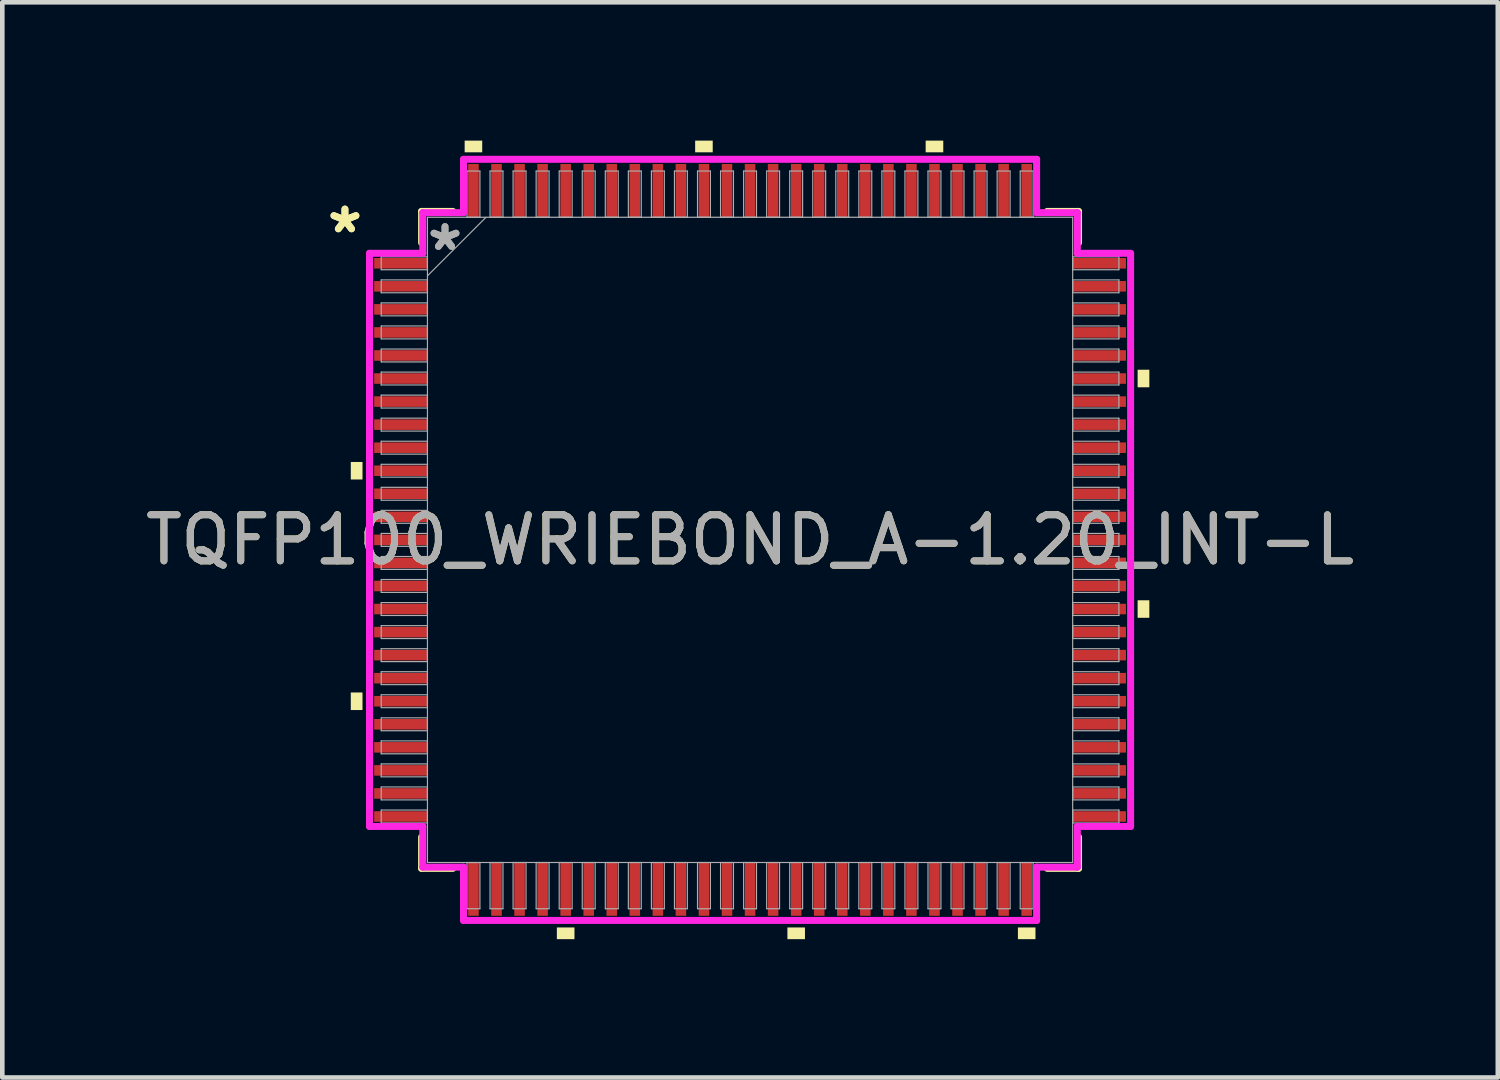
<source format=kicad_pcb>
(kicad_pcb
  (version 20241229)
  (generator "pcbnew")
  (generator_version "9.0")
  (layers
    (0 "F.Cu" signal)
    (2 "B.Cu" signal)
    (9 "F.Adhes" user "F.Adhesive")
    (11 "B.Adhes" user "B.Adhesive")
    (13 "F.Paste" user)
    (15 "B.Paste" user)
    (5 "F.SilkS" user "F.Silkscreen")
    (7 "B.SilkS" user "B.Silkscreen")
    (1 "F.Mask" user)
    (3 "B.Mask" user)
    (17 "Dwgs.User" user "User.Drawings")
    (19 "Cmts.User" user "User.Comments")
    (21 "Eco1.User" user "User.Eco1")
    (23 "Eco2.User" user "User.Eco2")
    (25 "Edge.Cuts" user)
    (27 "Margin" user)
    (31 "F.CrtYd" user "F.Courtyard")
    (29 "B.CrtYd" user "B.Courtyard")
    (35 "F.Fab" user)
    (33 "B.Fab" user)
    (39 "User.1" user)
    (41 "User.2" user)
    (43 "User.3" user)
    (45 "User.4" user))
  (footprint "TQFP100_WRIEBOND_A-1.20_INT-L"
    (layer "F.Cu")
    (at 13.22 8.661)
    (property "Reference" "TQFP100_WRIEBOND_A-1.20_INT-L" (at 0 0 0) (unlocked yes) (layer "F.SilkS") (effects (font (size 1 1) (thickness 0.15))))
    (attr smd)
    (fp_line (start -7.125 -7.125) (end -7.125 -6.447) (stroke (width 0.152) (type solid)) (layer "F.SilkS"))
    (fp_line (start -7.125 6.447) (end -7.125 7.125) (stroke (width 0.152) (type solid)) (layer "F.SilkS"))
    (fp_line (start -7.125 7.125) (end -6.447 7.125) (stroke (width 0.152) (type solid)) (layer "F.SilkS"))
    (fp_line (start -6.447 -7.125) (end -7.125 -7.125) (stroke (width 0.152) (type solid)) (layer "F.SilkS"))
    (fp_line (start 6.447 7.125) (end 7.125 7.125) (stroke (width 0.152) (type solid)) (layer "F.SilkS"))
    (fp_line (start 7.125 -7.125) (end 6.447 -7.125) (stroke (width 0.152) (type solid)) (layer "F.SilkS"))
    (fp_line (start 7.125 -6.447) (end 7.125 -7.125) (stroke (width 0.152) (type solid)) (layer "F.SilkS"))
    (fp_line (start 7.125 7.125) (end 7.125 6.447) (stroke (width 0.152) (type solid)) (layer "F.SilkS"))
    (fp_poly (pts (xy -8.661 -1.69) (xy -8.661 -1.31) (xy -8.407 -1.31) (xy -8.407 -1.69)) (stroke (width 0) (type solid)) (fill yes) (layer "F.SilkS"))
    (fp_poly (pts (xy -8.661 3.31) (xy -8.661 3.691) (xy -8.407 3.691) (xy -8.407 3.31)) (stroke (width 0) (type solid)) (fill yes) (layer "F.SilkS"))
    (fp_poly (pts (xy -6.191 -8.407) (xy -6.191 -8.661) (xy -5.81 -8.661) (xy -5.81 -8.407)) (stroke (width 0) (type solid)) (fill yes) (layer "F.SilkS"))
    (fp_poly (pts (xy -4.191 8.407) (xy -4.191 8.661) (xy -3.809 8.661) (xy -3.809 8.407)) (stroke (width 0) (type solid)) (fill yes) (layer "F.SilkS"))
    (fp_poly (pts (xy -1.191 -8.407) (xy -1.191 -8.661) (xy -0.81 -8.661) (xy -0.81 -8.407)) (stroke (width 0) (type solid)) (fill yes) (layer "F.SilkS"))
    (fp_poly (pts (xy 0.81 8.407) (xy 0.81 8.661) (xy 1.191 8.661) (xy 1.191 8.407)) (stroke (width 0) (type solid)) (fill yes) (layer "F.SilkS"))
    (fp_poly (pts (xy 3.809 -8.407) (xy 3.809 -8.661) (xy 4.191 -8.661) (xy 4.191 -8.407)) (stroke (width 0) (type solid)) (fill yes) (layer "F.SilkS"))
    (fp_poly (pts (xy 5.81 8.407) (xy 5.81 8.661) (xy 6.191 8.661) (xy 6.191 8.407)) (stroke (width 0) (type solid)) (fill yes) (layer "F.SilkS"))
    (fp_poly (pts (xy 8.661 -3.691) (xy 8.661 -3.31) (xy 8.407 -3.31) (xy 8.407 -3.691)) (stroke (width 0) (type solid)) (fill yes) (layer "F.SilkS"))
    (fp_poly (pts (xy 8.661 1.31) (xy 8.661 1.69) (xy 8.407 1.69) (xy 8.407 1.31)) (stroke (width 0) (type solid)) (fill yes) (layer "F.SilkS"))
    (fp_line (start -8.255 -6.216) (end -7.099 -6.216) (stroke (width 0.152) (type solid)) (layer "F.CrtYd"))
    (fp_line (start -8.255 6.216) (end -8.255 -6.216) (stroke (width 0.152) (type solid)) (layer "F.CrtYd"))
    (fp_line (start -7.099 -7.099) (end -6.216 -7.099) (stroke (width 0.152) (type solid)) (layer "F.CrtYd"))
    (fp_line (start -7.099 -6.216) (end -7.099 -7.099) (stroke (width 0.152) (type solid)) (layer "F.CrtYd"))
    (fp_line (start -7.099 6.216) (end -8.255 6.216) (stroke (width 0.152) (type solid)) (layer "F.CrtYd"))
    (fp_line (start -7.099 7.099) (end -7.099 6.216) (stroke (width 0.152) (type solid)) (layer "F.CrtYd"))
    (fp_line (start -7.099 7.099) (end -6.216 7.099) (stroke (width 0.152) (type solid)) (layer "F.CrtYd"))
    (fp_line (start -6.216 -8.255) (end 6.216 -8.255) (stroke (width 0.152) (type solid)) (layer "F.CrtYd"))
    (fp_line (start -6.216 -7.099) (end -6.216 -8.255) (stroke (width 0.152) (type solid)) (layer "F.CrtYd"))
    (fp_line (start -6.216 7.099) (end -6.216 8.255) (stroke (width 0.152) (type solid)) (layer "F.CrtYd"))
    (fp_line (start -6.216 8.255) (end 6.216 8.255) (stroke (width 0.152) (type solid)) (layer "F.CrtYd"))
    (fp_line (start 6.216 -8.255) (end 6.216 -7.099) (stroke (width 0.152) (type solid)) (layer "F.CrtYd"))
    (fp_line (start 6.216 -7.099) (end 7.099 -7.099) (stroke (width 0.152) (type solid)) (layer "F.CrtYd"))
    (fp_line (start 6.216 7.099) (end 7.099 7.099) (stroke (width 0.152) (type solid)) (layer "F.CrtYd"))
    (fp_line (start 6.216 8.255) (end 6.216 7.099) (stroke (width 0.152) (type solid)) (layer "F.CrtYd"))
    (fp_line (start 7.099 -6.216) (end 7.099 -7.099) (stroke (width 0.152) (type solid)) (layer "F.CrtYd"))
    (fp_line (start 7.099 6.216) (end 8.255 6.216) (stroke (width 0.152) (type solid)) (layer "F.CrtYd"))
    (fp_line (start 7.099 7.099) (end 7.099 6.216) (stroke (width 0.152) (type solid)) (layer "F.CrtYd"))
    (fp_line (start 8.255 -6.216) (end 7.099 -6.216) (stroke (width 0.152) (type solid)) (layer "F.CrtYd"))
    (fp_line (start 8.255 6.216) (end 8.255 -6.216) (stroke (width 0.152) (type solid)) (layer "F.CrtYd"))
    (fp_line (start -8.001 -6.14) (end -8.001 -5.86) (stroke (width 0.025) (type solid)) (layer "F.Fab"))
    (fp_line (start -8.001 -5.86) (end -6.998 -5.86) (stroke (width 0.025) (type solid)) (layer "F.Fab"))
    (fp_line (start -8.001 -5.64) (end -8.001 -5.36) (stroke (width 0.025) (type solid)) (layer "F.Fab"))
    (fp_line (start -8.001 -5.36) (end -6.998 -5.36) (stroke (width 0.025) (type solid)) (layer "F.Fab"))
    (fp_line (start -8.001 -5.14) (end -8.001 -4.86) (stroke (width 0.025) (type solid)) (layer "F.Fab"))
    (fp_line (start -8.001 -4.86) (end -6.998 -4.86) (stroke (width 0.025) (type solid)) (layer "F.Fab"))
    (fp_line (start -8.001 -4.64) (end -8.001 -4.36) (stroke (width 0.025) (type solid)) (layer "F.Fab"))
    (fp_line (start -8.001 -4.36) (end -6.998 -4.36) (stroke (width 0.025) (type solid)) (layer "F.Fab"))
    (fp_line (start -8.001 -4.14) (end -8.001 -3.86) (stroke (width 0.025) (type solid)) (layer "F.Fab"))
    (fp_line (start -8.001 -3.86) (end -6.998 -3.86) (stroke (width 0.025) (type solid)) (layer "F.Fab"))
    (fp_line (start -8.001 -3.64) (end -8.001 -3.36) (stroke (width 0.025) (type solid)) (layer "F.Fab"))
    (fp_line (start -8.001 -3.36) (end -6.998 -3.36) (stroke (width 0.025) (type solid)) (layer "F.Fab"))
    (fp_line (start -8.001 -3.14) (end -8.001 -2.86) (stroke (width 0.025) (type solid)) (layer "F.Fab"))
    (fp_line (start -8.001 -2.86) (end -6.998 -2.86) (stroke (width 0.025) (type solid)) (layer "F.Fab"))
    (fp_line (start -8.001 -2.64) (end -8.001 -2.36) (stroke (width 0.025) (type solid)) (layer "F.Fab"))
    (fp_line (start -8.001 -2.36) (end -6.998 -2.36) (stroke (width 0.025) (type solid)) (layer "F.Fab"))
    (fp_line (start -8.001 -2.14) (end -8.001 -1.86) (stroke (width 0.025) (type solid)) (layer "F.Fab"))
    (fp_line (start -8.001 -1.86) (end -6.998 -1.86) (stroke (width 0.025) (type solid)) (layer "F.Fab"))
    (fp_line (start -8.001 -1.64) (end -8.001 -1.36) (stroke (width 0.025) (type solid)) (layer "F.Fab"))
    (fp_line (start -8.001 -1.36) (end -6.998 -1.36) (stroke (width 0.025) (type solid)) (layer "F.Fab"))
    (fp_line (start -8.001 -1.14) (end -8.001 -0.86) (stroke (width 0.025) (type solid)) (layer "F.Fab"))
    (fp_line (start -8.001 -0.86) (end -6.998 -0.86) (stroke (width 0.025) (type solid)) (layer "F.Fab"))
    (fp_line (start -8.001 -0.64) (end -8.001 -0.36) (stroke (width 0.025) (type solid)) (layer "F.Fab"))
    (fp_line (start -8.001 -0.36) (end -6.998 -0.36) (stroke (width 0.025) (type solid)) (layer "F.Fab"))
    (fp_line (start -8.001 -0.14) (end -8.001 0.14) (stroke (width 0.025) (type solid)) (layer "F.Fab"))
    (fp_line (start -8.001 0.14) (end -6.998 0.14) (stroke (width 0.025) (type solid)) (layer "F.Fab"))
    (fp_line (start -8.001 0.36) (end -8.001 0.64) (stroke (width 0.025) (type solid)) (layer "F.Fab"))
    (fp_line (start -8.001 0.64) (end -6.998 0.64) (stroke (width 0.025) (type solid)) (layer "F.Fab"))
    (fp_line (start -8.001 0.86) (end -8.001 1.14) (stroke (width 0.025) (type solid)) (layer "F.Fab"))
    (fp_line (start -8.001 1.14) (end -6.998 1.14) (stroke (width 0.025) (type solid)) (layer "F.Fab"))
    (fp_line (start -8.001 1.36) (end -8.001 1.64) (stroke (width 0.025) (type solid)) (layer "F.Fab"))
    (fp_line (start -8.001 1.64) (end -6.998 1.64) (stroke (width 0.025) (type solid)) (layer "F.Fab"))
    (fp_line (start -8.001 1.86) (end -8.001 2.14) (stroke (width 0.025) (type solid)) (layer "F.Fab"))
    (fp_line (start -8.001 2.14) (end -6.998 2.14) (stroke (width 0.025) (type solid)) (layer "F.Fab"))
    (fp_line (start -8.001 2.36) (end -8.001 2.64) (stroke (width 0.025) (type solid)) (layer "F.Fab"))
    (fp_line (start -8.001 2.64) (end -6.998 2.64) (stroke (width 0.025) (type solid)) (layer "F.Fab"))
    (fp_line (start -8.001 2.86) (end -8.001 3.14) (stroke (width 0.025) (type solid)) (layer "F.Fab"))
    (fp_line (start -8.001 3.14) (end -6.998 3.14) (stroke (width 0.025) (type solid)) (layer "F.Fab"))
    (fp_line (start -8.001 3.36) (end -8.001 3.64) (stroke (width 0.025) (type solid)) (layer "F.Fab"))
    (fp_line (start -8.001 3.64) (end -6.998 3.64) (stroke (width 0.025) (type solid)) (layer "F.Fab"))
    (fp_line (start -8.001 3.86) (end -8.001 4.14) (stroke (width 0.025) (type solid)) (layer "F.Fab"))
    (fp_line (start -8.001 4.14) (end -6.998 4.14) (stroke (width 0.025) (type solid)) (layer "F.Fab"))
    (fp_line (start -8.001 4.36) (end -8.001 4.64) (stroke (width 0.025) (type solid)) (layer "F.Fab"))
    (fp_line (start -8.001 4.64) (end -6.998 4.64) (stroke (width 0.025) (type solid)) (layer "F.Fab"))
    (fp_line (start -8.001 4.86) (end -8.001 5.14) (stroke (width 0.025) (type solid)) (layer "F.Fab"))
    (fp_line (start -8.001 5.14) (end -6.998 5.14) (stroke (width 0.025) (type solid)) (layer "F.Fab"))
    (fp_line (start -8.001 5.36) (end -8.001 5.64) (stroke (width 0.025) (type solid)) (layer "F.Fab"))
    (fp_line (start -8.001 5.64) (end -6.998 5.64) (stroke (width 0.025) (type solid)) (layer "F.Fab"))
    (fp_line (start -8.001 5.86) (end -8.001 6.14) (stroke (width 0.025) (type solid)) (layer "F.Fab"))
    (fp_line (start -8.001 6.14) (end -6.998 6.14) (stroke (width 0.025) (type solid)) (layer "F.Fab"))
    (fp_line (start -6.998 -6.998) (end -6.998 6.998) (stroke (width 0.025) (type solid)) (layer "F.Fab"))
    (fp_line (start -6.998 -6.14) (end -8.001 -6.14) (stroke (width 0.025) (type solid)) (layer "F.Fab"))
    (fp_line (start -6.998 -5.86) (end -6.998 -6.14) (stroke (width 0.025) (type solid)) (layer "F.Fab"))
    (fp_line (start -6.998 -5.728) (end -5.728 -6.998) (stroke (width 0.025) (type solid)) (layer "F.Fab"))
    (fp_line (start -6.998 -5.64) (end -8.001 -5.64) (stroke (width 0.025) (type solid)) (layer "F.Fab"))
    (fp_line (start -6.998 -5.36) (end -6.998 -5.64) (stroke (width 0.025) (type solid)) (layer "F.Fab"))
    (fp_line (start -6.998 -5.14) (end -8.001 -5.14) (stroke (width 0.025) (type solid)) (layer "F.Fab"))
    (fp_line (start -6.998 -4.86) (end -6.998 -5.14) (stroke (width 0.025) (type solid)) (layer "F.Fab"))
    (fp_line (start -6.998 -4.64) (end -8.001 -4.64) (stroke (width 0.025) (type solid)) (layer "F.Fab"))
    (fp_line (start -6.998 -4.36) (end -6.998 -4.64) (stroke (width 0.025) (type solid)) (layer "F.Fab"))
    (fp_line (start -6.998 -4.14) (end -8.001 -4.14) (stroke (width 0.025) (type solid)) (layer "F.Fab"))
    (fp_line (start -6.998 -3.86) (end -6.998 -4.14) (stroke (width 0.025) (type solid)) (layer "F.Fab"))
    (fp_line (start -6.998 -3.64) (end -8.001 -3.64) (stroke (width 0.025) (type solid)) (layer "F.Fab"))
    (fp_line (start -6.998 -3.36) (end -6.998 -3.64) (stroke (width 0.025) (type solid)) (layer "F.Fab"))
    (fp_line (start -6.998 -3.14) (end -8.001 -3.14) (stroke (width 0.025) (type solid)) (layer "F.Fab"))
    (fp_line (start -6.998 -2.86) (end -6.998 -3.14) (stroke (width 0.025) (type solid)) (layer "F.Fab"))
    (fp_line (start -6.998 -2.64) (end -8.001 -2.64) (stroke (width 0.025) (type solid)) (layer "F.Fab"))
    (fp_line (start -6.998 -2.36) (end -6.998 -2.64) (stroke (width 0.025) (type solid)) (layer "F.Fab"))
    (fp_line (start -6.998 -2.14) (end -8.001 -2.14) (stroke (width 0.025) (type solid)) (layer "F.Fab"))
    (fp_line (start -6.998 -1.86) (end -6.998 -2.14) (stroke (width 0.025) (type solid)) (layer "F.Fab"))
    (fp_line (start -6.998 -1.64) (end -8.001 -1.64) (stroke (width 0.025) (type solid)) (layer "F.Fab"))
    (fp_line (start -6.998 -1.36) (end -6.998 -1.64) (stroke (width 0.025) (type solid)) (layer "F.Fab"))
    (fp_line (start -6.998 -1.14) (end -8.001 -1.14) (stroke (width 0.025) (type solid)) (layer "F.Fab"))
    (fp_line (start -6.998 -0.86) (end -6.998 -1.14) (stroke (width 0.025) (type solid)) (layer "F.Fab"))
    (fp_line (start -6.998 -0.64) (end -8.001 -0.64) (stroke (width 0.025) (type solid)) (layer "F.Fab"))
    (fp_line (start -6.998 -0.36) (end -6.998 -0.64) (stroke (width 0.025) (type solid)) (layer "F.Fab"))
    (fp_line (start -6.998 -0.14) (end -8.001 -0.14) (stroke (width 0.025) (type solid)) (layer "F.Fab"))
    (fp_line (start -6.998 0.14) (end -6.998 -0.14) (stroke (width 0.025) (type solid)) (layer "F.Fab"))
    (fp_line (start -6.998 0.36) (end -8.001 0.36) (stroke (width 0.025) (type solid)) (layer "F.Fab"))
    (fp_line (start -6.998 0.64) (end -6.998 0.36) (stroke (width 0.025) (type solid)) (layer "F.Fab"))
    (fp_line (start -6.998 0.86) (end -8.001 0.86) (stroke (width 0.025) (type solid)) (layer "F.Fab"))
    (fp_line (start -6.998 1.14) (end -6.998 0.86) (stroke (width 0.025) (type solid)) (layer "F.Fab"))
    (fp_line (start -6.998 1.36) (end -8.001 1.36) (stroke (width 0.025) (type solid)) (layer "F.Fab"))
    (fp_line (start -6.998 1.64) (end -6.998 1.36) (stroke (width 0.025) (type solid)) (layer "F.Fab"))
    (fp_line (start -6.998 1.86) (end -8.001 1.86) (stroke (width 0.025) (type solid)) (layer "F.Fab"))
    (fp_line (start -6.998 2.14) (end -6.998 1.86) (stroke (width 0.025) (type solid)) (layer "F.Fab"))
    (fp_line (start -6.998 2.36) (end -8.001 2.36) (stroke (width 0.025) (type solid)) (layer "F.Fab"))
    (fp_line (start -6.998 2.64) (end -6.998 2.36) (stroke (width 0.025) (type solid)) (layer "F.Fab"))
    (fp_line (start -6.998 2.86) (end -8.001 2.86) (stroke (width 0.025) (type solid)) (layer "F.Fab"))
    (fp_line (start -6.998 3.14) (end -6.998 2.86) (stroke (width 0.025) (type solid)) (layer "F.Fab"))
    (fp_line (start -6.998 3.36) (end -8.001 3.36) (stroke (width 0.025) (type solid)) (layer "F.Fab"))
    (fp_line (start -6.998 3.64) (end -6.998 3.36) (stroke (width 0.025) (type solid)) (layer "F.Fab"))
    (fp_line (start -6.998 3.86) (end -8.001 3.86) (stroke (width 0.025) (type solid)) (layer "F.Fab"))
    (fp_line (start -6.998 4.14) (end -6.998 3.86) (stroke (width 0.025) (type solid)) (layer "F.Fab"))
    (fp_line (start -6.998 4.36) (end -8.001 4.36) (stroke (width 0.025) (type solid)) (layer "F.Fab"))
    (fp_line (start -6.998 4.64) (end -6.998 4.36) (stroke (width 0.025) (type solid)) (layer "F.Fab"))
    (fp_line (start -6.998 4.86) (end -8.001 4.86) (stroke (width 0.025) (type solid)) (layer "F.Fab"))
    (fp_line (start -6.998 5.14) (end -6.998 4.86) (stroke (width 0.025) (type solid)) (layer "F.Fab"))
    (fp_line (start -6.998 5.36) (end -8.001 5.36) (stroke (width 0.025) (type solid)) (layer "F.Fab"))
    (fp_line (start -6.998 5.64) (end -6.998 5.36) (stroke (width 0.025) (type solid)) (layer "F.Fab"))
    (fp_line (start -6.998 5.86) (end -8.001 5.86) (stroke (width 0.025) (type solid)) (layer "F.Fab"))
    (fp_line (start -6.998 6.14) (end -6.998 5.86) (stroke (width 0.025) (type solid)) (layer "F.Fab"))
    (fp_line (start -6.998 6.998) (end 6.998 6.998) (stroke (width 0.025) (type solid)) (layer "F.Fab"))
    (fp_line (start -6.14 -8.001) (end -6.14 -6.998) (stroke (width 0.025) (type solid)) (layer "F.Fab"))
    (fp_line (start -6.14 -6.998) (end -5.86 -6.998) (stroke (width 0.025) (type solid)) (layer "F.Fab"))
    (fp_line (start -6.14 6.998) (end -6.14 8.001) (stroke (width 0.025) (type solid)) (layer "F.Fab"))
    (fp_line (start -6.14 8.001) (end -5.86 8.001) (stroke (width 0.025) (type solid)) (layer "F.Fab"))
    (fp_line (start -5.86 -8.001) (end -6.14 -8.001) (stroke (width 0.025) (type solid)) (layer "F.Fab"))
    (fp_line (start -5.86 -6.998) (end -5.86 -8.001) (stroke (width 0.025) (type solid)) (layer "F.Fab"))
    (fp_line (start -5.86 6.998) (end -6.14 6.998) (stroke (width 0.025) (type solid)) (layer "F.Fab"))
    (fp_line (start -5.86 8.001) (end -5.86 6.998) (stroke (width 0.025) (type solid)) (layer "F.Fab"))
    (fp_line (start -5.64 -8.001) (end -5.64 -6.998) (stroke (width 0.025) (type solid)) (layer "F.Fab"))
    (fp_line (start -5.64 -6.998) (end -5.36 -6.998) (stroke (width 0.025) (type solid)) (layer "F.Fab"))
    (fp_line (start -5.64 6.998) (end -5.64 8.001) (stroke (width 0.025) (type solid)) (layer "F.Fab"))
    (fp_line (start -5.64 8.001) (end -5.36 8.001) (stroke (width 0.025) (type solid)) (layer "F.Fab"))
    (fp_line (start -5.36 -8.001) (end -5.64 -8.001) (stroke (width 0.025) (type solid)) (layer "F.Fab"))
    (fp_line (start -5.36 -6.998) (end -5.36 -8.001) (stroke (width 0.025) (type solid)) (layer "F.Fab"))
    (fp_line (start -5.36 6.998) (end -5.64 6.998) (stroke (width 0.025) (type solid)) (layer "F.Fab"))
    (fp_line (start -5.36 8.001) (end -5.36 6.998) (stroke (width 0.025) (type solid)) (layer "F.Fab"))
    (fp_line (start -5.14 -8.001) (end -5.14 -6.998) (stroke (width 0.025) (type solid)) (layer "F.Fab"))
    (fp_line (start -5.14 -6.998) (end -4.86 -6.998) (stroke (width 0.025) (type solid)) (layer "F.Fab"))
    (fp_line (start -5.14 6.998) (end -5.14 8.001) (stroke (width 0.025) (type solid)) (layer "F.Fab"))
    (fp_line (start -5.14 8.001) (end -4.86 8.001) (stroke (width 0.025) (type solid)) (layer "F.Fab"))
    (fp_line (start -4.86 -8.001) (end -5.14 -8.001) (stroke (width 0.025) (type solid)) (layer "F.Fab"))
    (fp_line (start -4.86 -6.998) (end -4.86 -8.001) (stroke (width 0.025) (type solid)) (layer "F.Fab"))
    (fp_line (start -4.86 6.998) (end -5.14 6.998) (stroke (width 0.025) (type solid)) (layer "F.Fab"))
    (fp_line (start -4.86 8.001) (end -4.86 6.998) (stroke (width 0.025) (type solid)) (layer "F.Fab"))
    (fp_line (start -4.64 -8.001) (end -4.64 -6.998) (stroke (width 0.025) (type solid)) (layer "F.Fab"))
    (fp_line (start -4.64 -6.998) (end -4.36 -6.998) (stroke (width 0.025) (type solid)) (layer "F.Fab"))
    (fp_line (start -4.64 6.998) (end -4.64 8.001) (stroke (width 0.025) (type solid)) (layer "F.Fab"))
    (fp_line (start -4.64 8.001) (end -4.36 8.001) (stroke (width 0.025) (type solid)) (layer "F.Fab"))
    (fp_line (start -4.36 -8.001) (end -4.64 -8.001) (stroke (width 0.025) (type solid)) (layer "F.Fab"))
    (fp_line (start -4.36 -6.998) (end -4.36 -8.001) (stroke (width 0.025) (type solid)) (layer "F.Fab"))
    (fp_line (start -4.36 6.998) (end -4.64 6.998) (stroke (width 0.025) (type solid)) (layer "F.Fab"))
    (fp_line (start -4.36 8.001) (end -4.36 6.998) (stroke (width 0.025) (type solid)) (layer "F.Fab"))
    (fp_line (start -4.14 -8.001) (end -4.14 -6.998) (stroke (width 0.025) (type solid)) (layer "F.Fab"))
    (fp_line (start -4.14 -6.998) (end -3.86 -6.998) (stroke (width 0.025) (type solid)) (layer "F.Fab"))
    (fp_line (start -4.14 6.998) (end -4.14 8.001) (stroke (width 0.025) (type solid)) (layer "F.Fab"))
    (fp_line (start -4.14 8.001) (end -3.86 8.001) (stroke (width 0.025) (type solid)) (layer "F.Fab"))
    (fp_line (start -3.86 -8.001) (end -4.14 -8.001) (stroke (width 0.025) (type solid)) (layer "F.Fab"))
    (fp_line (start -3.86 -6.998) (end -3.86 -8.001) (stroke (width 0.025) (type solid)) (layer "F.Fab"))
    (fp_line (start -3.86 6.998) (end -4.14 6.998) (stroke (width 0.025) (type solid)) (layer "F.Fab"))
    (fp_line (start -3.86 8.001) (end -3.86 6.998) (stroke (width 0.025) (type solid)) (layer "F.Fab"))
    (fp_line (start -3.64 -8.001) (end -3.64 -6.998) (stroke (width 0.025) (type solid)) (layer "F.Fab"))
    (fp_line (start -3.64 -6.998) (end -3.36 -6.998) (stroke (width 0.025) (type solid)) (layer "F.Fab"))
    (fp_line (start -3.64 6.998) (end -3.64 8.001) (stroke (width 0.025) (type solid)) (layer "F.Fab"))
    (fp_line (start -3.64 8.001) (end -3.36 8.001) (stroke (width 0.025) (type solid)) (layer "F.Fab"))
    (fp_line (start -3.36 -8.001) (end -3.64 -8.001) (stroke (width 0.025) (type solid)) (layer "F.Fab"))
    (fp_line (start -3.36 -6.998) (end -3.36 -8.001) (stroke (width 0.025) (type solid)) (layer "F.Fab"))
    (fp_line (start -3.36 6.998) (end -3.64 6.998) (stroke (width 0.025) (type solid)) (layer "F.Fab"))
    (fp_line (start -3.36 8.001) (end -3.36 6.998) (stroke (width 0.025) (type solid)) (layer "F.Fab"))
    (fp_line (start -3.14 -8.001) (end -3.14 -6.998) (stroke (width 0.025) (type solid)) (layer "F.Fab"))
    (fp_line (start -3.14 -6.998) (end -2.86 -6.998) (stroke (width 0.025) (type solid)) (layer "F.Fab"))
    (fp_line (start -3.14 6.998) (end -3.14 8.001) (stroke (width 0.025) (type solid)) (layer "F.Fab"))
    (fp_line (start -3.14 8.001) (end -2.86 8.001) (stroke (width 0.025) (type solid)) (layer "F.Fab"))
    (fp_line (start -2.86 -8.001) (end -3.14 -8.001) (stroke (width 0.025) (type solid)) (layer "F.Fab"))
    (fp_line (start -2.86 -6.998) (end -2.86 -8.001) (stroke (width 0.025) (type solid)) (layer "F.Fab"))
    (fp_line (start -2.86 6.998) (end -3.14 6.998) (stroke (width 0.025) (type solid)) (layer "F.Fab"))
    (fp_line (start -2.86 8.001) (end -2.86 6.998) (stroke (width 0.025) (type solid)) (layer "F.Fab"))
    (fp_line (start -2.64 -8.001) (end -2.64 -6.998) (stroke (width 0.025) (type solid)) (layer "F.Fab"))
    (fp_line (start -2.64 -6.998) (end -2.36 -6.998) (stroke (width 0.025) (type solid)) (layer "F.Fab"))
    (fp_line (start -2.64 6.998) (end -2.64 8.001) (stroke (width 0.025) (type solid)) (layer "F.Fab"))
    (fp_line (start -2.64 8.001) (end -2.36 8.001) (stroke (width 0.025) (type solid)) (layer "F.Fab"))
    (fp_line (start -2.36 -8.001) (end -2.64 -8.001) (stroke (width 0.025) (type solid)) (layer "F.Fab"))
    (fp_line (start -2.36 -6.998) (end -2.36 -8.001) (stroke (width 0.025) (type solid)) (layer "F.Fab"))
    (fp_line (start -2.36 6.998) (end -2.64 6.998) (stroke (width 0.025) (type solid)) (layer "F.Fab"))
    (fp_line (start -2.36 8.001) (end -2.36 6.998) (stroke (width 0.025) (type solid)) (layer "F.Fab"))
    (fp_line (start -2.14 -8.001) (end -2.14 -6.998) (stroke (width 0.025) (type solid)) (layer "F.Fab"))
    (fp_line (start -2.14 -6.998) (end -1.86 -6.998) (stroke (width 0.025) (type solid)) (layer "F.Fab"))
    (fp_line (start -2.14 6.998) (end -2.14 8.001) (stroke (width 0.025) (type solid)) (layer "F.Fab"))
    (fp_line (start -2.14 8.001) (end -1.86 8.001) (stroke (width 0.025) (type solid)) (layer "F.Fab"))
    (fp_line (start -1.86 -8.001) (end -2.14 -8.001) (stroke (width 0.025) (type solid)) (layer "F.Fab"))
    (fp_line (start -1.86 -6.998) (end -1.86 -8.001) (stroke (width 0.025) (type solid)) (layer "F.Fab"))
    (fp_line (start -1.86 6.998) (end -2.14 6.998) (stroke (width 0.025) (type solid)) (layer "F.Fab"))
    (fp_line (start -1.86 8.001) (end -1.86 6.998) (stroke (width 0.025) (type solid)) (layer "F.Fab"))
    (fp_line (start -1.64 -8.001) (end -1.64 -6.998) (stroke (width 0.025) (type solid)) (layer "F.Fab"))
    (fp_line (start -1.64 -6.998) (end -1.36 -6.998) (stroke (width 0.025) (type solid)) (layer "F.Fab"))
    (fp_line (start -1.64 6.998) (end -1.64 8.001) (stroke (width 0.025) (type solid)) (layer "F.Fab"))
    (fp_line (start -1.64 8.001) (end -1.36 8.001) (stroke (width 0.025) (type solid)) (layer "F.Fab"))
    (fp_line (start -1.36 -8.001) (end -1.64 -8.001) (stroke (width 0.025) (type solid)) (layer "F.Fab"))
    (fp_line (start -1.36 -6.998) (end -1.36 -8.001) (stroke (width 0.025) (type solid)) (layer "F.Fab"))
    (fp_line (start -1.36 6.998) (end -1.64 6.998) (stroke (width 0.025) (type solid)) (layer "F.Fab"))
    (fp_line (start -1.36 8.001) (end -1.36 6.998) (stroke (width 0.025) (type solid)) (layer "F.Fab"))
    (fp_line (start -1.14 -8.001) (end -1.14 -6.998) (stroke (width 0.025) (type solid)) (layer "F.Fab"))
    (fp_line (start -1.14 -6.998) (end -0.86 -6.998) (stroke (width 0.025) (type solid)) (layer "F.Fab"))
    (fp_line (start -1.14 6.998) (end -1.14 8.001) (stroke (width 0.025) (type solid)) (layer "F.Fab"))
    (fp_line (start -1.14 8.001) (end -0.86 8.001) (stroke (width 0.025) (type solid)) (layer "F.Fab"))
    (fp_line (start -0.86 -8.001) (end -1.14 -8.001) (stroke (width 0.025) (type solid)) (layer "F.Fab"))
    (fp_line (start -0.86 -6.998) (end -0.86 -8.001) (stroke (width 0.025) (type solid)) (layer "F.Fab"))
    (fp_line (start -0.86 6.998) (end -1.14 6.998) (stroke (width 0.025) (type solid)) (layer "F.Fab"))
    (fp_line (start -0.86 8.001) (end -0.86 6.998) (stroke (width 0.025) (type solid)) (layer "F.Fab"))
    (fp_line (start -0.64 -8.001) (end -0.64 -6.998) (stroke (width 0.025) (type solid)) (layer "F.Fab"))
    (fp_line (start -0.64 -6.998) (end -0.36 -6.998) (stroke (width 0.025) (type solid)) (layer "F.Fab"))
    (fp_line (start -0.64 6.998) (end -0.64 8.001) (stroke (width 0.025) (type solid)) (layer "F.Fab"))
    (fp_line (start -0.64 8.001) (end -0.36 8.001) (stroke (width 0.025) (type solid)) (layer "F.Fab"))
    (fp_line (start -0.36 -8.001) (end -0.64 -8.001) (stroke (width 0.025) (type solid)) (layer "F.Fab"))
    (fp_line (start -0.36 -6.998) (end -0.36 -8.001) (stroke (width 0.025) (type solid)) (layer "F.Fab"))
    (fp_line (start -0.36 6.998) (end -0.64 6.998) (stroke (width 0.025) (type solid)) (layer "F.Fab"))
    (fp_line (start -0.36 8.001) (end -0.36 6.998) (stroke (width 0.025) (type solid)) (layer "F.Fab"))
    (fp_line (start -0.14 -8.001) (end -0.14 -6.998) (stroke (width 0.025) (type solid)) (layer "F.Fab"))
    (fp_line (start -0.14 -6.998) (end 0.14 -6.998) (stroke (width 0.025) (type solid)) (layer "F.Fab"))
    (fp_line (start -0.14 6.998) (end -0.14 8.001) (stroke (width 0.025) (type solid)) (layer "F.Fab"))
    (fp_line (start -0.14 8.001) (end 0.14 8.001) (stroke (width 0.025) (type solid)) (layer "F.Fab"))
    (fp_line (start 0.14 -8.001) (end -0.14 -8.001) (stroke (width 0.025) (type solid)) (layer "F.Fab"))
    (fp_line (start 0.14 -6.998) (end 0.14 -8.001) (stroke (width 0.025) (type solid)) (layer "F.Fab"))
    (fp_line (start 0.14 6.998) (end -0.14 6.998) (stroke (width 0.025) (type solid)) (layer "F.Fab"))
    (fp_line (start 0.14 8.001) (end 0.14 6.998) (stroke (width 0.025) (type solid)) (layer "F.Fab"))
    (fp_line (start 0.36 -8.001) (end 0.36 -6.998) (stroke (width 0.025) (type solid)) (layer "F.Fab"))
    (fp_line (start 0.36 -6.998) (end 0.64 -6.998) (stroke (width 0.025) (type solid)) (layer "F.Fab"))
    (fp_line (start 0.36 6.998) (end 0.36 8.001) (stroke (width 0.025) (type solid)) (layer "F.Fab"))
    (fp_line (start 0.36 8.001) (end 0.64 8.001) (stroke (width 0.025) (type solid)) (layer "F.Fab"))
    (fp_line (start 0.64 -8.001) (end 0.36 -8.001) (stroke (width 0.025) (type solid)) (layer "F.Fab"))
    (fp_line (start 0.64 -6.998) (end 0.64 -8.001) (stroke (width 0.025) (type solid)) (layer "F.Fab"))
    (fp_line (start 0.64 6.998) (end 0.36 6.998) (stroke (width 0.025) (type solid)) (layer "F.Fab"))
    (fp_line (start 0.64 8.001) (end 0.64 6.998) (stroke (width 0.025) (type solid)) (layer "F.Fab"))
    (fp_line (start 0.86 -8.001) (end 0.86 -6.998) (stroke (width 0.025) (type solid)) (layer "F.Fab"))
    (fp_line (start 0.86 -6.998) (end 1.14 -6.998) (stroke (width 0.025) (type solid)) (layer "F.Fab"))
    (fp_line (start 0.86 6.998) (end 0.86 8.001) (stroke (width 0.025) (type solid)) (layer "F.Fab"))
    (fp_line (start 0.86 8.001) (end 1.14 8.001) (stroke (width 0.025) (type solid)) (layer "F.Fab"))
    (fp_line (start 1.14 -8.001) (end 0.86 -8.001) (stroke (width 0.025) (type solid)) (layer "F.Fab"))
    (fp_line (start 1.14 -6.998) (end 1.14 -8.001) (stroke (width 0.025) (type solid)) (layer "F.Fab"))
    (fp_line (start 1.14 6.998) (end 0.86 6.998) (stroke (width 0.025) (type solid)) (layer "F.Fab"))
    (fp_line (start 1.14 8.001) (end 1.14 6.998) (stroke (width 0.025) (type solid)) (layer "F.Fab"))
    (fp_line (start 1.36 -8.001) (end 1.36 -6.998) (stroke (width 0.025) (type solid)) (layer "F.Fab"))
    (fp_line (start 1.36 -6.998) (end 1.64 -6.998) (stroke (width 0.025) (type solid)) (layer "F.Fab"))
    (fp_line (start 1.36 6.998) (end 1.36 8.001) (stroke (width 0.025) (type solid)) (layer "F.Fab"))
    (fp_line (start 1.36 8.001) (end 1.64 8.001) (stroke (width 0.025) (type solid)) (layer "F.Fab"))
    (fp_line (start 1.64 -8.001) (end 1.36 -8.001) (stroke (width 0.025) (type solid)) (layer "F.Fab"))
    (fp_line (start 1.64 -6.998) (end 1.64 -8.001) (stroke (width 0.025) (type solid)) (layer "F.Fab"))
    (fp_line (start 1.64 6.998) (end 1.36 6.998) (stroke (width 0.025) (type solid)) (layer "F.Fab"))
    (fp_line (start 1.64 8.001) (end 1.64 6.998) (stroke (width 0.025) (type solid)) (layer "F.Fab"))
    (fp_line (start 1.86 -8.001) (end 1.86 -6.998) (stroke (width 0.025) (type solid)) (layer "F.Fab"))
    (fp_line (start 1.86 -6.998) (end 2.14 -6.998) (stroke (width 0.025) (type solid)) (layer "F.Fab"))
    (fp_line (start 1.86 6.998) (end 1.86 8.001) (stroke (width 0.025) (type solid)) (layer "F.Fab"))
    (fp_line (start 1.86 8.001) (end 2.14 8.001) (stroke (width 0.025) (type solid)) (layer "F.Fab"))
    (fp_line (start 2.14 -8.001) (end 1.86 -8.001) (stroke (width 0.025) (type solid)) (layer "F.Fab"))
    (fp_line (start 2.14 -6.998) (end 2.14 -8.001) (stroke (width 0.025) (type solid)) (layer "F.Fab"))
    (fp_line (start 2.14 6.998) (end 1.86 6.998) (stroke (width 0.025) (type solid)) (layer "F.Fab"))
    (fp_line (start 2.14 8.001) (end 2.14 6.998) (stroke (width 0.025) (type solid)) (layer "F.Fab"))
    (fp_line (start 2.36 -8.001) (end 2.36 -6.998) (stroke (width 0.025) (type solid)) (layer "F.Fab"))
    (fp_line (start 2.36 -6.998) (end 2.64 -6.998) (stroke (width 0.025) (type solid)) (layer "F.Fab"))
    (fp_line (start 2.36 6.998) (end 2.36 8.001) (stroke (width 0.025) (type solid)) (layer "F.Fab"))
    (fp_line (start 2.36 8.001) (end 2.64 8.001) (stroke (width 0.025) (type solid)) (layer "F.Fab"))
    (fp_line (start 2.64 -8.001) (end 2.36 -8.001) (stroke (width 0.025) (type solid)) (layer "F.Fab"))
    (fp_line (start 2.64 -6.998) (end 2.64 -8.001) (stroke (width 0.025) (type solid)) (layer "F.Fab"))
    (fp_line (start 2.64 6.998) (end 2.36 6.998) (stroke (width 0.025) (type solid)) (layer "F.Fab"))
    (fp_line (start 2.64 8.001) (end 2.64 6.998) (stroke (width 0.025) (type solid)) (layer "F.Fab"))
    (fp_line (start 2.86 -8.001) (end 2.86 -6.998) (stroke (width 0.025) (type solid)) (layer "F.Fab"))
    (fp_line (start 2.86 -6.998) (end 3.14 -6.998) (stroke (width 0.025) (type solid)) (layer "F.Fab"))
    (fp_line (start 2.86 6.998) (end 2.86 8.001) (stroke (width 0.025) (type solid)) (layer "F.Fab"))
    (fp_line (start 2.86 8.001) (end 3.14 8.001) (stroke (width 0.025) (type solid)) (layer "F.Fab"))
    (fp_line (start 3.14 -8.001) (end 2.86 -8.001) (stroke (width 0.025) (type solid)) (layer "F.Fab"))
    (fp_line (start 3.14 -6.998) (end 3.14 -8.001) (stroke (width 0.025) (type solid)) (layer "F.Fab"))
    (fp_line (start 3.14 6.998) (end 2.86 6.998) (stroke (width 0.025) (type solid)) (layer "F.Fab"))
    (fp_line (start 3.14 8.001) (end 3.14 6.998) (stroke (width 0.025) (type solid)) (layer "F.Fab"))
    (fp_line (start 3.36 -8.001) (end 3.36 -6.998) (stroke (width 0.025) (type solid)) (layer "F.Fab"))
    (fp_line (start 3.36 -6.998) (end 3.64 -6.998) (stroke (width 0.025) (type solid)) (layer "F.Fab"))
    (fp_line (start 3.36 6.998) (end 3.36 8.001) (stroke (width 0.025) (type solid)) (layer "F.Fab"))
    (fp_line (start 3.36 8.001) (end 3.64 8.001) (stroke (width 0.025) (type solid)) (layer "F.Fab"))
    (fp_line (start 3.64 -8.001) (end 3.36 -8.001) (stroke (width 0.025) (type solid)) (layer "F.Fab"))
    (fp_line (start 3.64 -6.998) (end 3.64 -8.001) (stroke (width 0.025) (type solid)) (layer "F.Fab"))
    (fp_line (start 3.64 6.998) (end 3.36 6.998) (stroke (width 0.025) (type solid)) (layer "F.Fab"))
    (fp_line (start 3.64 8.001) (end 3.64 6.998) (stroke (width 0.025) (type solid)) (layer "F.Fab"))
    (fp_line (start 3.86 -8.001) (end 3.86 -6.998) (stroke (width 0.025) (type solid)) (layer "F.Fab"))
    (fp_line (start 3.86 -6.998) (end 4.14 -6.998) (stroke (width 0.025) (type solid)) (layer "F.Fab"))
    (fp_line (start 3.86 6.998) (end 3.86 8.001) (stroke (width 0.025) (type solid)) (layer "F.Fab"))
    (fp_line (start 3.86 8.001) (end 4.14 8.001) (stroke (width 0.025) (type solid)) (layer "F.Fab"))
    (fp_line (start 4.14 -8.001) (end 3.86 -8.001) (stroke (width 0.025) (type solid)) (layer "F.Fab"))
    (fp_line (start 4.14 -6.998) (end 4.14 -8.001) (stroke (width 0.025) (type solid)) (layer "F.Fab"))
    (fp_line (start 4.14 6.998) (end 3.86 6.998) (stroke (width 0.025) (type solid)) (layer "F.Fab"))
    (fp_line (start 4.14 8.001) (end 4.14 6.998) (stroke (width 0.025) (type solid)) (layer "F.Fab"))
    (fp_line (start 4.36 -8.001) (end 4.36 -6.998) (stroke (width 0.025) (type solid)) (layer "F.Fab"))
    (fp_line (start 4.36 -6.998) (end 4.64 -6.998) (stroke (width 0.025) (type solid)) (layer "F.Fab"))
    (fp_line (start 4.36 6.998) (end 4.36 8.001) (stroke (width 0.025) (type solid)) (layer "F.Fab"))
    (fp_line (start 4.36 8.001) (end 4.64 8.001) (stroke (width 0.025) (type solid)) (layer "F.Fab"))
    (fp_line (start 4.64 -8.001) (end 4.36 -8.001) (stroke (width 0.025) (type solid)) (layer "F.Fab"))
    (fp_line (start 4.64 -6.998) (end 4.64 -8.001) (stroke (width 0.025) (type solid)) (layer "F.Fab"))
    (fp_line (start 4.64 6.998) (end 4.36 6.998) (stroke (width 0.025) (type solid)) (layer "F.Fab"))
    (fp_line (start 4.64 8.001) (end 4.64 6.998) (stroke (width 0.025) (type solid)) (layer "F.Fab"))
    (fp_line (start 4.86 -8.001) (end 4.86 -6.998) (stroke (width 0.025) (type solid)) (layer "F.Fab"))
    (fp_line (start 4.86 -6.998) (end 5.14 -6.998) (stroke (width 0.025) (type solid)) (layer "F.Fab"))
    (fp_line (start 4.86 6.998) (end 4.86 8.001) (stroke (width 0.025) (type solid)) (layer "F.Fab"))
    (fp_line (start 4.86 8.001) (end 5.14 8.001) (stroke (width 0.025) (type solid)) (layer "F.Fab"))
    (fp_line (start 5.14 -8.001) (end 4.86 -8.001) (stroke (width 0.025) (type solid)) (layer "F.Fab"))
    (fp_line (start 5.14 -6.998) (end 5.14 -8.001) (stroke (width 0.025) (type solid)) (layer "F.Fab"))
    (fp_line (start 5.14 6.998) (end 4.86 6.998) (stroke (width 0.025) (type solid)) (layer "F.Fab"))
    (fp_line (start 5.14 8.001) (end 5.14 6.998) (stroke (width 0.025) (type solid)) (layer "F.Fab"))
    (fp_line (start 5.36 -8.001) (end 5.36 -6.998) (stroke (width 0.025) (type solid)) (layer "F.Fab"))
    (fp_line (start 5.36 -6.998) (end 5.64 -6.998) (stroke (width 0.025) (type solid)) (layer "F.Fab"))
    (fp_line (start 5.36 6.998) (end 5.36 8.001) (stroke (width 0.025) (type solid)) (layer "F.Fab"))
    (fp_line (start 5.36 8.001) (end 5.64 8.001) (stroke (width 0.025) (type solid)) (layer "F.Fab"))
    (fp_line (start 5.64 -8.001) (end 5.36 -8.001) (stroke (width 0.025) (type solid)) (layer "F.Fab"))
    (fp_line (start 5.64 -6.998) (end 5.64 -8.001) (stroke (width 0.025) (type solid)) (layer "F.Fab"))
    (fp_line (start 5.64 6.998) (end 5.36 6.998) (stroke (width 0.025) (type solid)) (layer "F.Fab"))
    (fp_line (start 5.64 8.001) (end 5.64 6.998) (stroke (width 0.025) (type solid)) (layer "F.Fab"))
    (fp_line (start 5.86 -8.001) (end 5.86 -6.998) (stroke (width 0.025) (type solid)) (layer "F.Fab"))
    (fp_line (start 5.86 -6.998) (end 6.14 -6.998) (stroke (width 0.025) (type solid)) (layer "F.Fab"))
    (fp_line (start 5.86 6.998) (end 5.86 8.001) (stroke (width 0.025) (type solid)) (layer "F.Fab"))
    (fp_line (start 5.86 8.001) (end 6.14 8.001) (stroke (width 0.025) (type solid)) (layer "F.Fab"))
    (fp_line (start 6.14 -8.001) (end 5.86 -8.001) (stroke (width 0.025) (type solid)) (layer "F.Fab"))
    (fp_line (start 6.14 -6.998) (end 6.14 -8.001) (stroke (width 0.025) (type solid)) (layer "F.Fab"))
    (fp_line (start 6.14 6.998) (end 5.86 6.998) (stroke (width 0.025) (type solid)) (layer "F.Fab"))
    (fp_line (start 6.14 8.001) (end 6.14 6.998) (stroke (width 0.025) (type solid)) (layer "F.Fab"))
    (fp_line (start 6.998 -6.998) (end -6.998 -6.998) (stroke (width 0.025) (type solid)) (layer "F.Fab"))
    (fp_line (start 6.998 -6.14) (end 6.998 -5.86) (stroke (width 0.025) (type solid)) (layer "F.Fab"))
    (fp_line (start 6.998 -5.86) (end 8.001 -5.86) (stroke (width 0.025) (type solid)) (layer "F.Fab"))
    (fp_line (start 6.998 -5.64) (end 6.998 -5.36) (stroke (width 0.025) (type solid)) (layer "F.Fab"))
    (fp_line (start 6.998 -5.36) (end 8.001 -5.36) (stroke (width 0.025) (type solid)) (layer "F.Fab"))
    (fp_line (start 6.998 -5.14) (end 6.998 -4.86) (stroke (width 0.025) (type solid)) (layer "F.Fab"))
    (fp_line (start 6.998 -4.86) (end 8.001 -4.86) (stroke (width 0.025) (type solid)) (layer "F.Fab"))
    (fp_line (start 6.998 -4.64) (end 6.998 -4.36) (stroke (width 0.025) (type solid)) (layer "F.Fab"))
    (fp_line (start 6.998 -4.36) (end 8.001 -4.36) (stroke (width 0.025) (type solid)) (layer "F.Fab"))
    (fp_line (start 6.998 -4.14) (end 6.998 -3.86) (stroke (width 0.025) (type solid)) (layer "F.Fab"))
    (fp_line (start 6.998 -3.86) (end 8.001 -3.86) (stroke (width 0.025) (type solid)) (layer "F.Fab"))
    (fp_line (start 6.998 -3.64) (end 6.998 -3.36) (stroke (width 0.025) (type solid)) (layer "F.Fab"))
    (fp_line (start 6.998 -3.36) (end 8.001 -3.36) (stroke (width 0.025) (type solid)) (layer "F.Fab"))
    (fp_line (start 6.998 -3.14) (end 6.998 -2.86) (stroke (width 0.025) (type solid)) (layer "F.Fab"))
    (fp_line (start 6.998 -2.86) (end 8.001 -2.86) (stroke (width 0.025) (type solid)) (layer "F.Fab"))
    (fp_line (start 6.998 -2.64) (end 6.998 -2.36) (stroke (width 0.025) (type solid)) (layer "F.Fab"))
    (fp_line (start 6.998 -2.36) (end 8.001 -2.36) (stroke (width 0.025) (type solid)) (layer "F.Fab"))
    (fp_line (start 6.998 -2.14) (end 6.998 -1.86) (stroke (width 0.025) (type solid)) (layer "F.Fab"))
    (fp_line (start 6.998 -1.86) (end 8.001 -1.86) (stroke (width 0.025) (type solid)) (layer "F.Fab"))
    (fp_line (start 6.998 -1.64) (end 6.998 -1.36) (stroke (width 0.025) (type solid)) (layer "F.Fab"))
    (fp_line (start 6.998 -1.36) (end 8.001 -1.36) (stroke (width 0.025) (type solid)) (layer "F.Fab"))
    (fp_line (start 6.998 -1.14) (end 6.998 -0.86) (stroke (width 0.025) (type solid)) (layer "F.Fab"))
    (fp_line (start 6.998 -0.86) (end 8.001 -0.86) (stroke (width 0.025) (type solid)) (layer "F.Fab"))
    (fp_line (start 6.998 -0.64) (end 6.998 -0.36) (stroke (width 0.025) (type solid)) (layer "F.Fab"))
    (fp_line (start 6.998 -0.36) (end 8.001 -0.36) (stroke (width 0.025) (type solid)) (layer "F.Fab"))
    (fp_line (start 6.998 -0.14) (end 6.998 0.14) (stroke (width 0.025) (type solid)) (layer "F.Fab"))
    (fp_line (start 6.998 0.14) (end 8.001 0.14) (stroke (width 0.025) (type solid)) (layer "F.Fab"))
    (fp_line (start 6.998 0.36) (end 6.998 0.64) (stroke (width 0.025) (type solid)) (layer "F.Fab"))
    (fp_line (start 6.998 0.64) (end 8.001 0.64) (stroke (width 0.025) (type solid)) (layer "F.Fab"))
    (fp_line (start 6.998 0.86) (end 6.998 1.14) (stroke (width 0.025) (type solid)) (layer "F.Fab"))
    (fp_line (start 6.998 1.14) (end 8.001 1.14) (stroke (width 0.025) (type solid)) (layer "F.Fab"))
    (fp_line (start 6.998 1.36) (end 6.998 1.64) (stroke (width 0.025) (type solid)) (layer "F.Fab"))
    (fp_line (start 6.998 1.64) (end 8.001 1.64) (stroke (width 0.025) (type solid)) (layer "F.Fab"))
    (fp_line (start 6.998 1.86) (end 6.998 2.14) (stroke (width 0.025) (type solid)) (layer "F.Fab"))
    (fp_line (start 6.998 2.14) (end 8.001 2.14) (stroke (width 0.025) (type solid)) (layer "F.Fab"))
    (fp_line (start 6.998 2.36) (end 6.998 2.64) (stroke (width 0.025) (type solid)) (layer "F.Fab"))
    (fp_line (start 6.998 2.64) (end 8.001 2.64) (stroke (width 0.025) (type solid)) (layer "F.Fab"))
    (fp_line (start 6.998 2.86) (end 6.998 3.14) (stroke (width 0.025) (type solid)) (layer "F.Fab"))
    (fp_line (start 6.998 3.14) (end 8.001 3.14) (stroke (width 0.025) (type solid)) (layer "F.Fab"))
    (fp_line (start 6.998 3.36) (end 6.998 3.64) (stroke (width 0.025) (type solid)) (layer "F.Fab"))
    (fp_line (start 6.998 3.64) (end 8.001 3.64) (stroke (width 0.025) (type solid)) (layer "F.Fab"))
    (fp_line (start 6.998 3.86) (end 6.998 4.14) (stroke (width 0.025) (type solid)) (layer "F.Fab"))
    (fp_line (start 6.998 4.14) (end 8.001 4.14) (stroke (width 0.025) (type solid)) (layer "F.Fab"))
    (fp_line (start 6.998 4.36) (end 6.998 4.64) (stroke (width 0.025) (type solid)) (layer "F.Fab"))
    (fp_line (start 6.998 4.64) (end 8.001 4.64) (stroke (width 0.025) (type solid)) (layer "F.Fab"))
    (fp_line (start 6.998 4.86) (end 6.998 5.14) (stroke (width 0.025) (type solid)) (layer "F.Fab"))
    (fp_line (start 6.998 5.14) (end 8.001 5.14) (stroke (width 0.025) (type solid)) (layer "F.Fab"))
    (fp_line (start 6.998 5.36) (end 6.998 5.64) (stroke (width 0.025) (type solid)) (layer "F.Fab"))
    (fp_line (start 6.998 5.64) (end 8.001 5.64) (stroke (width 0.025) (type solid)) (layer "F.Fab"))
    (fp_line (start 6.998 5.86) (end 6.998 6.14) (stroke (width 0.025) (type solid)) (layer "F.Fab"))
    (fp_line (start 6.998 6.14) (end 8.001 6.14) (stroke (width 0.025) (type solid)) (layer "F.Fab"))
    (fp_line (start 6.998 6.998) (end 6.998 -6.998) (stroke (width 0.025) (type solid)) (layer "F.Fab"))
    (fp_line (start 8.001 -6.14) (end 6.998 -6.14) (stroke (width 0.025) (type solid)) (layer "F.Fab"))
    (fp_line (start 8.001 -5.86) (end 8.001 -6.14) (stroke (width 0.025) (type solid)) (layer "F.Fab"))
    (fp_line (start 8.001 -5.64) (end 6.998 -5.64) (stroke (width 0.025) (type solid)) (layer "F.Fab"))
    (fp_line (start 8.001 -5.36) (end 8.001 -5.64) (stroke (width 0.025) (type solid)) (layer "F.Fab"))
    (fp_line (start 8.001 -5.14) (end 6.998 -5.14) (stroke (width 0.025) (type solid)) (layer "F.Fab"))
    (fp_line (start 8.001 -4.86) (end 8.001 -5.14) (stroke (width 0.025) (type solid)) (layer "F.Fab"))
    (fp_line (start 8.001 -4.64) (end 6.998 -4.64) (stroke (width 0.025) (type solid)) (layer "F.Fab"))
    (fp_line (start 8.001 -4.36) (end 8.001 -4.64) (stroke (width 0.025) (type solid)) (layer "F.Fab"))
    (fp_line (start 8.001 -4.14) (end 6.998 -4.14) (stroke (width 0.025) (type solid)) (layer "F.Fab"))
    (fp_line (start 8.001 -3.86) (end 8.001 -4.14) (stroke (width 0.025) (type solid)) (layer "F.Fab"))
    (fp_line (start 8.001 -3.64) (end 6.998 -3.64) (stroke (width 0.025) (type solid)) (layer "F.Fab"))
    (fp_line (start 8.001 -3.36) (end 8.001 -3.64) (stroke (width 0.025) (type solid)) (layer "F.Fab"))
    (fp_line (start 8.001 -3.14) (end 6.998 -3.14) (stroke (width 0.025) (type solid)) (layer "F.Fab"))
    (fp_line (start 8.001 -2.86) (end 8.001 -3.14) (stroke (width 0.025) (type solid)) (layer "F.Fab"))
    (fp_line (start 8.001 -2.64) (end 6.998 -2.64) (stroke (width 0.025) (type solid)) (layer "F.Fab"))
    (fp_line (start 8.001 -2.36) (end 8.001 -2.64) (stroke (width 0.025) (type solid)) (layer "F.Fab"))
    (fp_line (start 8.001 -2.14) (end 6.998 -2.14) (stroke (width 0.025) (type solid)) (layer "F.Fab"))
    (fp_line (start 8.001 -1.86) (end 8.001 -2.14) (stroke (width 0.025) (type solid)) (layer "F.Fab"))
    (fp_line (start 8.001 -1.64) (end 6.998 -1.64) (stroke (width 0.025) (type solid)) (layer "F.Fab"))
    (fp_line (start 8.001 -1.36) (end 8.001 -1.64) (stroke (width 0.025) (type solid)) (layer "F.Fab"))
    (fp_line (start 8.001 -1.14) (end 6.998 -1.14) (stroke (width 0.025) (type solid)) (layer "F.Fab"))
    (fp_line (start 8.001 -0.86) (end 8.001 -1.14) (stroke (width 0.025) (type solid)) (layer "F.Fab"))
    (fp_line (start 8.001 -0.64) (end 6.998 -0.64) (stroke (width 0.025) (type solid)) (layer "F.Fab"))
    (fp_line (start 8.001 -0.36) (end 8.001 -0.64) (stroke (width 0.025) (type solid)) (layer "F.Fab"))
    (fp_line (start 8.001 -0.14) (end 6.998 -0.14) (stroke (width 0.025) (type solid)) (layer "F.Fab"))
    (fp_line (start 8.001 0.14) (end 8.001 -0.14) (stroke (width 0.025) (type solid)) (layer "F.Fab"))
    (fp_line (start 8.001 0.36) (end 6.998 0.36) (stroke (width 0.025) (type solid)) (layer "F.Fab"))
    (fp_line (start 8.001 0.64) (end 8.001 0.36) (stroke (width 0.025) (type solid)) (layer "F.Fab"))
    (fp_line (start 8.001 0.86) (end 6.998 0.86) (stroke (width 0.025) (type solid)) (layer "F.Fab"))
    (fp_line (start 8.001 1.14) (end 8.001 0.86) (stroke (width 0.025) (type solid)) (layer "F.Fab"))
    (fp_line (start 8.001 1.36) (end 6.998 1.36) (stroke (width 0.025) (type solid)) (layer "F.Fab"))
    (fp_line (start 8.001 1.64) (end 8.001 1.36) (stroke (width 0.025) (type solid)) (layer "F.Fab"))
    (fp_line (start 8.001 1.86) (end 6.998 1.86) (stroke (width 0.025) (type solid)) (layer "F.Fab"))
    (fp_line (start 8.001 2.14) (end 8.001 1.86) (stroke (width 0.025) (type solid)) (layer "F.Fab"))
    (fp_line (start 8.001 2.36) (end 6.998 2.36) (stroke (width 0.025) (type solid)) (layer "F.Fab"))
    (fp_line (start 8.001 2.64) (end 8.001 2.36) (stroke (width 0.025) (type solid)) (layer "F.Fab"))
    (fp_line (start 8.001 2.86) (end 6.998 2.86) (stroke (width 0.025) (type solid)) (layer "F.Fab"))
    (fp_line (start 8.001 3.14) (end 8.001 2.86) (stroke (width 0.025) (type solid)) (layer "F.Fab"))
    (fp_line (start 8.001 3.36) (end 6.998 3.36) (stroke (width 0.025) (type solid)) (layer "F.Fab"))
    (fp_line (start 8.001 3.64) (end 8.001 3.36) (stroke (width 0.025) (type solid)) (layer "F.Fab"))
    (fp_line (start 8.001 3.86) (end 6.998 3.86) (stroke (width 0.025) (type solid)) (layer "F.Fab"))
    (fp_line (start 8.001 4.14) (end 8.001 3.86) (stroke (width 0.025) (type solid)) (layer "F.Fab"))
    (fp_line (start 8.001 4.36) (end 6.998 4.36) (stroke (width 0.025) (type solid)) (layer "F.Fab"))
    (fp_line (start 8.001 4.64) (end 8.001 4.36) (stroke (width 0.025) (type solid)) (layer "F.Fab"))
    (fp_line (start 8.001 4.86) (end 6.998 4.86) (stroke (width 0.025) (type solid)) (layer "F.Fab"))
    (fp_line (start 8.001 5.14) (end 8.001 4.86) (stroke (width 0.025) (type solid)) (layer "F.Fab"))
    (fp_line (start 8.001 5.36) (end 6.998 5.36) (stroke (width 0.025) (type solid)) (layer "F.Fab"))
    (fp_line (start 8.001 5.64) (end 8.001 5.36) (stroke (width 0.025) (type solid)) (layer "F.Fab"))
    (fp_line (start 8.001 5.86) (end 6.998 5.86) (stroke (width 0.025) (type solid)) (layer "F.Fab"))
    (fp_line (start 8.001 6.14) (end 8.001 5.86) (stroke (width 0.025) (type solid)) (layer "F.Fab"))
    (fp_text user "*" (at -8.788 -6.631 0) (layer "F.SilkS") (effects (font (size 1 1) (thickness 0.15))))
    (fp_text user "*" (at -8.788 -6.631 0) (unlocked yes) (layer "F.SilkS") (effects (font (size 1 1) (thickness 0.15))))
    (fp_text user "*" (at -6.617 -6.25 0) (unlocked yes) (layer "F.Fab") (effects (font (size 1 1) (thickness 0.15))))
    (fp_text user "${REFERENCE}" (at 0 0 0) (unlocked yes) (layer "F.Fab") (effects (font (size 1 1) (thickness 0.15))))
    (fp_text user "*" (at -6.617 -6.25 0) (layer "F.Fab") (effects (font (size 1 1) (thickness 0.15))))
    (pad "1" smd rect (at -7.576 -6 90) (size 0.229 1.156) (layers "F.Cu" "F.Mask" "F.Paste"))
    (pad "2" smd rect (at -7.576 -5.5 90) (size 0.229 1.156) (layers "F.Cu" "F.Mask" "F.Paste"))
    (pad "3" smd rect (at -7.576 -5 90) (size 0.229 1.156) (layers "F.Cu" "F.Mask" "F.Paste"))
    (pad "4" smd rect (at -7.576 -4.5 90) (size 0.229 1.156) (layers "F.Cu" "F.Mask" "F.Paste"))
    (pad "5" smd rect (at -7.576 -4 90) (size 0.229 1.156) (layers "F.Cu" "F.Mask" "F.Paste"))
    (pad "6" smd rect (at -7.576 -3.5 90) (size 0.229 1.156) (layers "F.Cu" "F.Mask" "F.Paste"))
    (pad "7" smd rect (at -7.576 -3 90) (size 0.229 1.156) (layers "F.Cu" "F.Mask" "F.Paste"))
    (pad "8" smd rect (at -7.576 -2.5 90) (size 0.229 1.156) (layers "F.Cu" "F.Mask" "F.Paste"))
    (pad "9" smd rect (at -7.576 -2 90) (size 0.229 1.156) (layers "F.Cu" "F.Mask" "F.Paste"))
    (pad "10" smd rect (at -7.576 -1.5 90) (size 0.229 1.156) (layers "F.Cu" "F.Mask" "F.Paste"))
    (pad "11" smd rect (at -7.576 -1 90) (size 0.229 1.156) (layers "F.Cu" "F.Mask" "F.Paste"))
    (pad "12" smd rect (at -7.576 -0.5 90) (size 0.229 1.156) (layers "F.Cu" "F.Mask" "F.Paste"))
    (pad "13" smd rect (at -7.576 0 90) (size 0.229 1.156) (layers "F.Cu" "F.Mask" "F.Paste"))
    (pad "14" smd rect (at -7.576 0.5 90) (size 0.229 1.156) (layers "F.Cu" "F.Mask" "F.Paste"))
    (pad "15" smd rect (at -7.576 1 90) (size 0.229 1.156) (layers "F.Cu" "F.Mask" "F.Paste"))
    (pad "16" smd rect (at -7.576 1.5 90) (size 0.229 1.156) (layers "F.Cu" "F.Mask" "F.Paste"))
    (pad "17" smd rect (at -7.576 2 90) (size 0.229 1.156) (layers "F.Cu" "F.Mask" "F.Paste"))
    (pad "18" smd rect (at -7.576 2.5 90) (size 0.229 1.156) (layers "F.Cu" "F.Mask" "F.Paste"))
    (pad "19" smd rect (at -7.576 3 90) (size 0.229 1.156) (layers "F.Cu" "F.Mask" "F.Paste"))
    (pad "20" smd rect (at -7.576 3.5 90) (size 0.229 1.156) (layers "F.Cu" "F.Mask" "F.Paste"))
    (pad "21" smd rect (at -7.576 4 90) (size 0.229 1.156) (layers "F.Cu" "F.Mask" "F.Paste"))
    (pad "22" smd rect (at -7.576 4.5 90) (size 0.229 1.156) (layers "F.Cu" "F.Mask" "F.Paste"))
    (pad "23" smd rect (at -7.576 5 90) (size 0.229 1.156) (layers "F.Cu" "F.Mask" "F.Paste"))
    (pad "24" smd rect (at -7.576 5.5 90) (size 0.229 1.156) (layers "F.Cu" "F.Mask" "F.Paste"))
    (pad "25" smd rect (at -7.576 6 90) (size 0.229 1.156) (layers "F.Cu" "F.Mask" "F.Paste"))
    (pad "26" smd rect (at -6 7.576) (size 0.229 1.156) (layers "F.Cu" "F.Mask" "F.Paste"))
    (pad "27" smd rect (at -5.5 7.576) (size 0.229 1.156) (layers "F.Cu" "F.Mask" "F.Paste"))
    (pad "28" smd rect (at -5 7.576) (size 0.229 1.156) (layers "F.Cu" "F.Mask" "F.Paste"))
    (pad "29" smd rect (at -4.5 7.576) (size 0.229 1.156) (layers "F.Cu" "F.Mask" "F.Paste"))
    (pad "30" smd rect (at -4 7.576) (size 0.229 1.156) (layers "F.Cu" "F.Mask" "F.Paste"))
    (pad "31" smd rect (at -3.5 7.576) (size 0.229 1.156) (layers "F.Cu" "F.Mask" "F.Paste"))
    (pad "32" smd rect (at -3 7.576) (size 0.229 1.156) (layers "F.Cu" "F.Mask" "F.Paste"))
    (pad "33" smd rect (at -2.5 7.576) (size 0.229 1.156) (layers "F.Cu" "F.Mask" "F.Paste"))
    (pad "34" smd rect (at -2 7.576) (size 0.229 1.156) (layers "F.Cu" "F.Mask" "F.Paste"))
    (pad "35" smd rect (at -1.5 7.576) (size 0.229 1.156) (layers "F.Cu" "F.Mask" "F.Paste"))
    (pad "36" smd rect (at -1 7.576) (size 0.229 1.156) (layers "F.Cu" "F.Mask" "F.Paste"))
    (pad "37" smd rect (at -0.5 7.576) (size 0.229 1.156) (layers "F.Cu" "F.Mask" "F.Paste"))
    (pad "38" smd rect (at 0 7.576) (size 0.229 1.156) (layers "F.Cu" "F.Mask" "F.Paste"))
    (pad "39" smd rect (at 0.5 7.576) (size 0.229 1.156) (layers "F.Cu" "F.Mask" "F.Paste"))
    (pad "40" smd rect (at 1 7.576) (size 0.229 1.156) (layers "F.Cu" "F.Mask" "F.Paste"))
    (pad "41" smd rect (at 1.5 7.576) (size 0.229 1.156) (layers "F.Cu" "F.Mask" "F.Paste"))
    (pad "42" smd rect (at 2 7.576) (size 0.229 1.156) (layers "F.Cu" "F.Mask" "F.Paste"))
    (pad "43" smd rect (at 2.5 7.576) (size 0.229 1.156) (layers "F.Cu" "F.Mask" "F.Paste"))
    (pad "44" smd rect (at 3 7.576) (size 0.229 1.156) (layers "F.Cu" "F.Mask" "F.Paste"))
    (pad "45" smd rect (at 3.5 7.576) (size 0.229 1.156) (layers "F.Cu" "F.Mask" "F.Paste"))
    (pad "46" smd rect (at 4 7.576) (size 0.229 1.156) (layers "F.Cu" "F.Mask" "F.Paste"))
    (pad "47" smd rect (at 4.5 7.576) (size 0.229 1.156) (layers "F.Cu" "F.Mask" "F.Paste"))
    (pad "48" smd rect (at 5 7.576) (size 0.229 1.156) (layers "F.Cu" "F.Mask" "F.Paste"))
    (pad "49" smd rect (at 5.5 7.576) (size 0.229 1.156) (layers "F.Cu" "F.Mask" "F.Paste"))
    (pad "50" smd rect (at 6 7.576) (size 0.229 1.156) (layers "F.Cu" "F.Mask" "F.Paste"))
    (pad "51" smd rect (at 7.576 6 90) (size 0.229 1.156) (layers "F.Cu" "F.Mask" "F.Paste"))
    (pad "52" smd rect (at 7.576 5.5 90) (size 0.229 1.156) (layers "F.Cu" "F.Mask" "F.Paste"))
    (pad "53" smd rect (at 7.576 5 90) (size 0.229 1.156) (layers "F.Cu" "F.Mask" "F.Paste"))
    (pad "54" smd rect (at 7.576 4.5 90) (size 0.229 1.156) (layers "F.Cu" "F.Mask" "F.Paste"))
    (pad "55" smd rect (at 7.576 4 90) (size 0.229 1.156) (layers "F.Cu" "F.Mask" "F.Paste"))
    (pad "56" smd rect (at 7.576 3.5 90) (size 0.229 1.156) (layers "F.Cu" "F.Mask" "F.Paste"))
    (pad "57" smd rect (at 7.576 3 90) (size 0.229 1.156) (layers "F.Cu" "F.Mask" "F.Paste"))
    (pad "58" smd rect (at 7.576 2.5 90) (size 0.229 1.156) (layers "F.Cu" "F.Mask" "F.Paste"))
    (pad "59" smd rect (at 7.576 2 90) (size 0.229 1.156) (layers "F.Cu" "F.Mask" "F.Paste"))
    (pad "60" smd rect (at 7.576 1.5 90) (size 0.229 1.156) (layers "F.Cu" "F.Mask" "F.Paste"))
    (pad "61" smd rect (at 7.576 1 90) (size 0.229 1.156) (layers "F.Cu" "F.Mask" "F.Paste"))
    (pad "62" smd rect (at 7.576 0.5 90) (size 0.229 1.156) (layers "F.Cu" "F.Mask" "F.Paste"))
    (pad "63" smd rect (at 7.576 0 90) (size 0.229 1.156) (layers "F.Cu" "F.Mask" "F.Paste"))
    (pad "64" smd rect (at 7.576 -0.5 90) (size 0.229 1.156) (layers "F.Cu" "F.Mask" "F.Paste"))
    (pad "65" smd rect (at 7.576 -1 90) (size 0.229 1.156) (layers "F.Cu" "F.Mask" "F.Paste"))
    (pad "66" smd rect (at 7.576 -1.5 90) (size 0.229 1.156) (layers "F.Cu" "F.Mask" "F.Paste"))
    (pad "67" smd rect (at 7.576 -2 90) (size 0.229 1.156) (layers "F.Cu" "F.Mask" "F.Paste"))
    (pad "68" smd rect (at 7.576 -2.5 90) (size 0.229 1.156) (layers "F.Cu" "F.Mask" "F.Paste"))
    (pad "69" smd rect (at 7.576 -3 90) (size 0.229 1.156) (layers "F.Cu" "F.Mask" "F.Paste"))
    (pad "70" smd rect (at 7.576 -3.5 90) (size 0.229 1.156) (layers "F.Cu" "F.Mask" "F.Paste"))
    (pad "71" smd rect (at 7.576 -4 90) (size 0.229 1.156) (layers "F.Cu" "F.Mask" "F.Paste"))
    (pad "72" smd rect (at 7.576 -4.5 90) (size 0.229 1.156) (layers "F.Cu" "F.Mask" "F.Paste"))
    (pad "73" smd rect (at 7.576 -5 90) (size 0.229 1.156) (layers "F.Cu" "F.Mask" "F.Paste"))
    (pad "74" smd rect (at 7.576 -5.5 90) (size 0.229 1.156) (layers "F.Cu" "F.Mask" "F.Paste"))
    (pad "75" smd rect (at 7.576 -6 90) (size 0.229 1.156) (layers "F.Cu" "F.Mask" "F.Paste"))
    (pad "76" smd rect (at 6 -7.576) (size 0.229 1.156) (layers "F.Cu" "F.Mask" "F.Paste"))
    (pad "77" smd rect (at 5.5 -7.576) (size 0.229 1.156) (layers "F.Cu" "F.Mask" "F.Paste"))
    (pad "78" smd rect (at 5 -7.576) (size 0.229 1.156) (layers "F.Cu" "F.Mask" "F.Paste"))
    (pad "79" smd rect (at 4.5 -7.576) (size 0.229 1.156) (layers "F.Cu" "F.Mask" "F.Paste"))
    (pad "80" smd rect (at 4 -7.576) (size 0.229 1.156) (layers "F.Cu" "F.Mask" "F.Paste"))
    (pad "81" smd rect (at 3.5 -7.576) (size 0.229 1.156) (layers "F.Cu" "F.Mask" "F.Paste"))
    (pad "82" smd rect (at 3 -7.576) (size 0.229 1.156) (layers "F.Cu" "F.Mask" "F.Paste"))
    (pad "83" smd rect (at 2.5 -7.576) (size 0.229 1.156) (layers "F.Cu" "F.Mask" "F.Paste"))
    (pad "84" smd rect (at 2 -7.576) (size 0.229 1.156) (layers "F.Cu" "F.Mask" "F.Paste"))
    (pad "85" smd rect (at 1.5 -7.576) (size 0.229 1.156) (layers "F.Cu" "F.Mask" "F.Paste"))
    (pad "86" smd rect (at 1 -7.576) (size 0.229 1.156) (layers "F.Cu" "F.Mask" "F.Paste"))
    (pad "87" smd rect (at 0.5 -7.576) (size 0.229 1.156) (layers "F.Cu" "F.Mask" "F.Paste"))
    (pad "88" smd rect (at 0 -7.576) (size 0.229 1.156) (layers "F.Cu" "F.Mask" "F.Paste"))
    (pad "89" smd rect (at -0.5 -7.576) (size 0.229 1.156) (layers "F.Cu" "F.Mask" "F.Paste"))
    (pad "90" smd rect (at -1 -7.576) (size 0.229 1.156) (layers "F.Cu" "F.Mask" "F.Paste"))
    (pad "91" smd rect (at -1.5 -7.576) (size 0.229 1.156) (layers "F.Cu" "F.Mask" "F.Paste"))
    (pad "92" smd rect (at -2 -7.576) (size 0.229 1.156) (layers "F.Cu" "F.Mask" "F.Paste"))
    (pad "93" smd rect (at -2.5 -7.576) (size 0.229 1.156) (layers "F.Cu" "F.Mask" "F.Paste"))
    (pad "94" smd rect (at -3 -7.576) (size 0.229 1.156) (layers "F.Cu" "F.Mask" "F.Paste"))
    (pad "95" smd rect (at -3.5 -7.576) (size 0.229 1.156) (layers "F.Cu" "F.Mask" "F.Paste"))
    (pad "96" smd rect (at -4 -7.576) (size 0.229 1.156) (layers "F.Cu" "F.Mask" "F.Paste"))
    (pad "97" smd rect (at -4.5 -7.576) (size 0.229 1.156) (layers "F.Cu" "F.Mask" "F.Paste"))
    (pad "98" smd rect (at -5 -7.576) (size 0.229 1.156) (layers "F.Cu" "F.Mask" "F.Paste"))
    (pad "99" smd rect (at -5.5 -7.576) (size 0.229 1.156) (layers "F.Cu" "F.Mask" "F.Paste"))
    (pad "100" smd rect (at -6 -7.576) (size 0.229 1.156) (layers "F.Cu" "F.Mask" "F.Paste")))
  (gr_rect
    (start -3 -3)
    (end 29.44 20.323)
    (stroke (width 0.1) (type default))
    (fill no)
    (layer "Edge.Cuts")))
</source>
